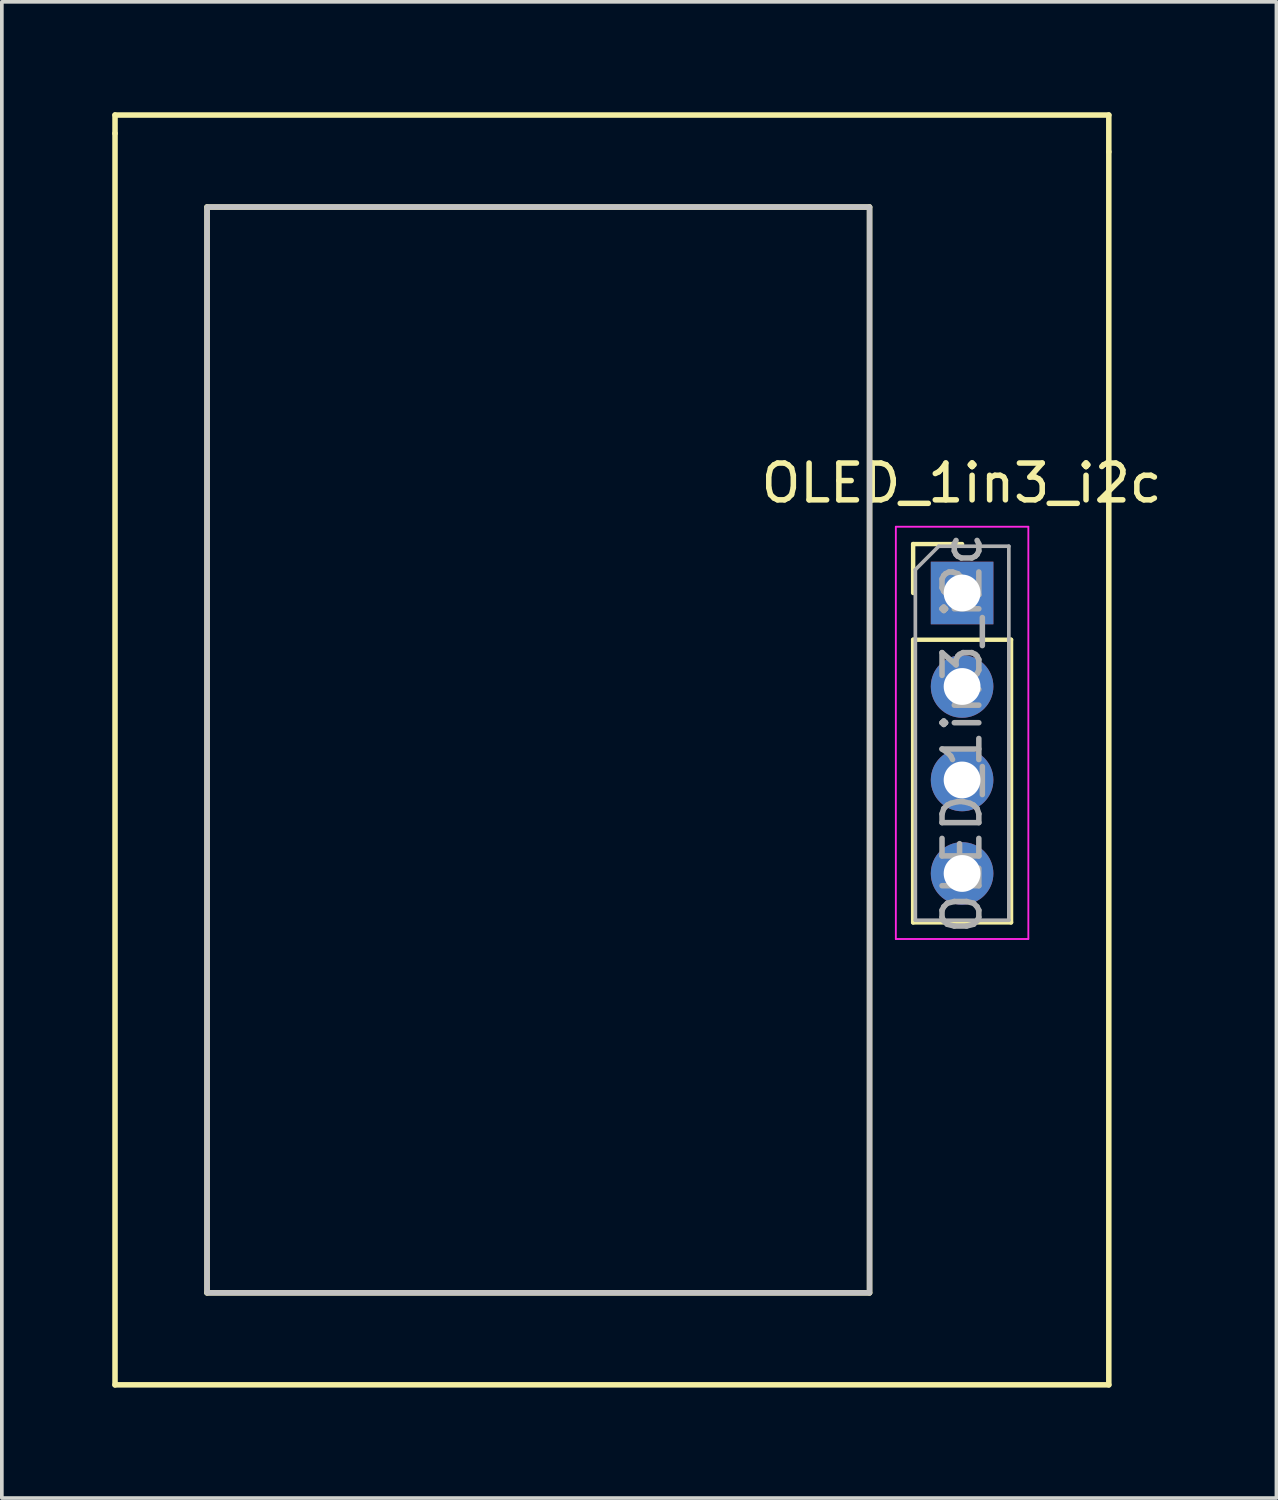
<source format=kicad_pcb>
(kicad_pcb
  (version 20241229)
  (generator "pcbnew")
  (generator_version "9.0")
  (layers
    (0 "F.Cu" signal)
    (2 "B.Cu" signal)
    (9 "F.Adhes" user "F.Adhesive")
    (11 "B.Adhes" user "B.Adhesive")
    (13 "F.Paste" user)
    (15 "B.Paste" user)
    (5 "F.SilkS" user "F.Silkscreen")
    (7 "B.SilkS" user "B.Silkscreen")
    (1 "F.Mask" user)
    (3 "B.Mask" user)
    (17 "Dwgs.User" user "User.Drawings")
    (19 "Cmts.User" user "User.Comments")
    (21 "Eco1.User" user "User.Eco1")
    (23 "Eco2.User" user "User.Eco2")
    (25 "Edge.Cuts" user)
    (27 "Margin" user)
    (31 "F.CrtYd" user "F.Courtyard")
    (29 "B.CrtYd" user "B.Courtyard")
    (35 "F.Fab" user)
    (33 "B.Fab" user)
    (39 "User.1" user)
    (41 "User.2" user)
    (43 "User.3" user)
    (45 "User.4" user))
  (footprint "OLED_1in3_i2c"
    (layer "F.Cu")
    (at 23.075 13.075)
    (property "Reference" "OLED_1in3_i2c" (at 0 -3 180) (layer "F.SilkS") (effects (font (size 1 1) (thickness 0.15))))
    (attr through_hole)
    (fp_line (start -23 -13) (end 4 -13) (stroke (width 0.15) (type solid)) (layer "F.SilkS"))
    (fp_line (start -23 -12.5) (end -23 -13) (stroke (width 0.15) (type solid)) (layer "F.SilkS"))
    (fp_line (start -23 21.5) (end -23 -12.5) (stroke (width 0.15) (type solid)) (layer "F.SilkS"))
    (fp_line (start -20.5 -10.5) (end -20.5 19) (stroke (width 0.15) (type solid)) (layer "F.SilkS"))
    (fp_line (start -20.5 19) (end -2.5 19) (stroke (width 0.15) (type solid)) (layer "F.SilkS"))
    (fp_line (start -2.5 -10.5) (end -20.5 -10.5) (stroke (width 0.15) (type solid)) (layer "F.SilkS"))
    (fp_line (start -2.5 19) (end -2.5 -10.5) (stroke (width 0.15) (type solid)) (layer "F.SilkS"))
    (fp_line (start -1.316 -1.344) (end 0.014 -1.344) (stroke (width 0.12) (type solid)) (layer "F.SilkS"))
    (fp_line (start -1.316 -0.014) (end -1.316 -1.344) (stroke (width 0.12) (type solid)) (layer "F.SilkS"))
    (fp_line (start -1.316 1.256) (end -1.316 8.936) (stroke (width 0.12) (type solid)) (layer "F.SilkS"))
    (fp_line (start -1.316 1.256) (end 1.344 1.256) (stroke (width 0.12) (type solid)) (layer "F.SilkS"))
    (fp_line (start -1.316 8.936) (end 1.344 8.936) (stroke (width 0.12) (type solid)) (layer "F.SilkS"))
    (fp_line (start 1.344 1.256) (end 1.344 8.936) (stroke (width 0.12) (type solid)) (layer "F.SilkS"))
    (fp_line (start 4 -13) (end 4 -12) (stroke (width 0.15) (type solid)) (layer "F.SilkS"))
    (fp_line (start 4 -12) (end 4 21.5) (stroke (width 0.15) (type solid)) (layer "F.SilkS"))
    (fp_line (start 4 21.5) (end -23 21.5) (stroke (width 0.15) (type solid)) (layer "F.SilkS"))
    (fp_poly (pts (xy -2.5 -10.5) (xy -2.5 19) (xy -20.5 19) (xy -20.5 -10.5)) (stroke (width 0.15) (type solid)) (fill no) (layer "Dwgs.User"))
    (fp_line (start -1.786 -1.814) (end -1.786 9.386) (stroke (width 0.05) (type solid)) (layer "F.CrtYd"))
    (fp_line (start -1.786 9.386) (end 1.814 9.386) (stroke (width 0.05) (type solid)) (layer "F.CrtYd"))
    (fp_line (start 1.814 -1.814) (end -1.786 -1.814) (stroke (width 0.05) (type solid)) (layer "F.CrtYd"))
    (fp_line (start 1.814 9.386) (end 1.814 -1.814) (stroke (width 0.05) (type solid)) (layer "F.CrtYd"))
    (fp_line (start -1.256 -0.649) (end -0.621 -1.284) (stroke (width 0.1) (type solid)) (layer "F.Fab"))
    (fp_line (start -1.256 8.876) (end -1.256 -0.649) (stroke (width 0.1) (type solid)) (layer "F.Fab"))
    (fp_line (start -0.621 -1.284) (end 1.284 -1.284) (stroke (width 0.1) (type solid)) (layer "F.Fab"))
    (fp_line (start 1.284 -1.284) (end 1.284 8.876) (stroke (width 0.1) (type solid)) (layer "F.Fab"))
    (fp_line (start 1.284 8.876) (end -1.256 8.876) (stroke (width 0.1) (type solid)) (layer "F.Fab"))
    (fp_text user "${REFERENCE}" (at 0.014 3.796 90) (layer "F.Fab") (effects (font (size 1 1) (thickness 0.15))))
    (pad "1" thru_hole rect (at 0.014 -0.014) (size 1.7 1.7) (drill 1) (layers "*.Cu" "*.Mask"))
    (pad "2" thru_hole oval (at 0.014 2.526) (size 1.7 1.7) (drill 1) (layers "*.Cu" "*.Mask"))
    (pad "3" thru_hole oval (at 0.014 5.066) (size 1.7 1.7) (drill 1) (layers "*.Cu" "*.Mask"))
    (pad "4" thru_hole oval (at 0.014 7.606) (size 1.7 1.7) (drill 1) (layers "*.Cu" "*.Mask")))
  (gr_rect
    (start -3 -3)
    (end 31.629 37.65)
    (stroke (width 0.1) (type default))
    (fill no)
    (layer "Edge.Cuts")))
</source>
